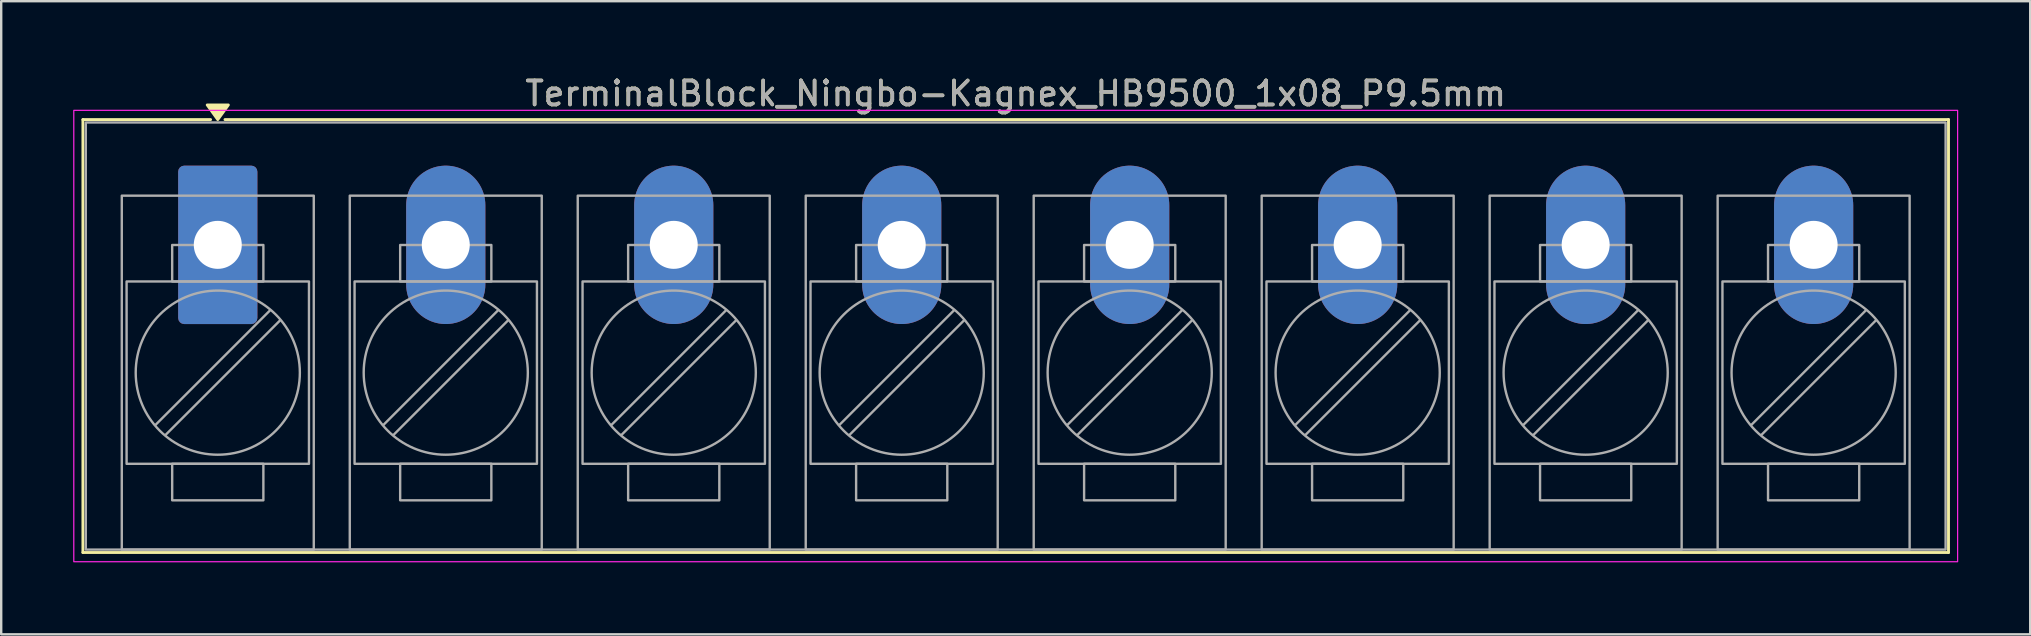
<source format=kicad_pcb>
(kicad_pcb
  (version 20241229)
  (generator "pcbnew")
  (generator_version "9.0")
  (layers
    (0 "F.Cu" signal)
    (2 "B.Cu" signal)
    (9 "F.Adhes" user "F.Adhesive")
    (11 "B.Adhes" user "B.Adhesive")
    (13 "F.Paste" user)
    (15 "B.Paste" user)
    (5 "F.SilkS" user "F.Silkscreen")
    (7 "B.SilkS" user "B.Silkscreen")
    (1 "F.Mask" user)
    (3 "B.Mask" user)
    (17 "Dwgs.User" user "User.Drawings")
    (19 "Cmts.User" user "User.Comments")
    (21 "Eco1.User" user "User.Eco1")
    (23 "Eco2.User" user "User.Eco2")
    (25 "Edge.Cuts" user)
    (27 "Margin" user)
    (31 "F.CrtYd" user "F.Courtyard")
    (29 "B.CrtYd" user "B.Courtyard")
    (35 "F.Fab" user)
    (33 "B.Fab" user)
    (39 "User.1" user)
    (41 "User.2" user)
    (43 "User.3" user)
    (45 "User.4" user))
  (footprint "TerminalBlock_Ningbo-Kagnex_HB9500_1x08_P9.5mm"
    (layer "F.Cu")
    (at 6.025 7.153)
    (property "Reference" "TerminalBlock_Ningbo-Kagnex_HB9500_1x08_P9.5mm" (at 33.25 -6.305 0) (layer "F.SilkS") (effects (font (size 1 1) (thickness 0.15))))
    (attr through_hole)
    (fp_line (start -5.62 -5.22) (end -0.3 -5.22) (stroke (width 0.12) (type solid)) (layer "F.SilkS"))
    (fp_line (start -5.62 12.82) (end -5.62 -5.22) (stroke (width 0.12) (type solid)) (layer "F.SilkS"))
    (fp_line (start 0.3 -5.22) (end 72.12 -5.22) (stroke (width 0.12) (type solid)) (layer "F.SilkS"))
    (fp_line (start 72.12 -5.22) (end 72.12 12.82) (stroke (width 0.12) (type solid)) (layer "F.SilkS"))
    (fp_line (start 72.12 12.82) (end -5.62 12.82) (stroke (width 0.12) (type solid)) (layer "F.SilkS"))
    (fp_poly (pts (xy 0 -5.22) (xy -0.44 -5.83) (xy 0.44 -5.83)) (stroke (width 0.12) (type solid)) (fill yes) (layer "F.SilkS"))
    (fp_rect (start -6 -5.605) (end 72.5 13.205) (stroke (width 0.05) (type solid)) (fill no) (layer "F.CrtYd"))
    (fp_line (start 2.176 2.731) (end -2.594 7.501) (stroke (width 0.1) (type solid)) (layer "F.Fab"))
    (fp_line (start 2.594 3.149) (end -2.176 7.919) (stroke (width 0.1) (type solid)) (layer "F.Fab"))
    (fp_line (start 11.676 2.731) (end 6.906 7.501) (stroke (width 0.1) (type solid)) (layer "F.Fab"))
    (fp_line (start 12.094 3.149) (end 7.324 7.919) (stroke (width 0.1) (type solid)) (layer "F.Fab"))
    (fp_line (start 21.176 2.731) (end 16.406 7.501) (stroke (width 0.1) (type solid)) (layer "F.Fab"))
    (fp_line (start 21.594 3.149) (end 16.824 7.919) (stroke (width 0.1) (type solid)) (layer "F.Fab"))
    (fp_line (start 30.676 2.731) (end 25.906 7.501) (stroke (width 0.1) (type solid)) (layer "F.Fab"))
    (fp_line (start 31.094 3.149) (end 26.324 7.919) (stroke (width 0.1) (type solid)) (layer "F.Fab"))
    (fp_line (start 40.176 2.731) (end 35.406 7.501) (stroke (width 0.1) (type solid)) (layer "F.Fab"))
    (fp_line (start 40.594 3.149) (end 35.824 7.919) (stroke (width 0.1) (type solid)) (layer "F.Fab"))
    (fp_line (start 49.676 2.731) (end 44.906 7.501) (stroke (width 0.1) (type solid)) (layer "F.Fab"))
    (fp_line (start 50.094 3.149) (end 45.324 7.919) (stroke (width 0.1) (type solid)) (layer "F.Fab"))
    (fp_line (start 59.176 2.731) (end 54.406 7.501) (stroke (width 0.1) (type solid)) (layer "F.Fab"))
    (fp_line (start 59.594 3.149) (end 54.824 7.919) (stroke (width 0.1) (type solid)) (layer "F.Fab"))
    (fp_line (start 68.676 2.731) (end 63.906 7.501) (stroke (width 0.1) (type solid)) (layer "F.Fab"))
    (fp_line (start 69.094 3.149) (end 64.324 7.919) (stroke (width 0.1) (type solid)) (layer "F.Fab"))
    (fp_rect (start -5.5 -5.1) (end 72 12.7) (stroke (width 0.1) (type solid)) (fill no) (layer "F.Fab"))
    (fp_rect (start -4 -2.05) (end 4 12.7) (stroke (width 0.1) (type solid)) (fill no) (layer "F.Fab"))
    (fp_rect (start -3.8 1.525) (end 3.8 9.125) (stroke (width 0.1) (type solid)) (fill no) (layer "F.Fab"))
    (fp_rect (start -1.9 0.005) (end 1.9 1.525) (stroke (width 0.1) (type solid)) (fill no) (layer "F.Fab"))
    (fp_rect (start -1.9 9.125) (end 1.9 10.645) (stroke (width 0.1) (type solid)) (fill no) (layer "F.Fab"))
    (fp_rect (start 5.5 -2.05) (end 13.5 12.7) (stroke (width 0.1) (type solid)) (fill no) (layer "F.Fab"))
    (fp_rect (start 5.7 1.525) (end 13.3 9.125) (stroke (width 0.1) (type solid)) (fill no) (layer "F.Fab"))
    (fp_rect (start 7.6 0.005) (end 11.4 1.525) (stroke (width 0.1) (type solid)) (fill no) (layer "F.Fab"))
    (fp_rect (start 7.6 9.125) (end 11.4 10.645) (stroke (width 0.1) (type solid)) (fill no) (layer "F.Fab"))
    (fp_rect (start 15 -2.05) (end 23 12.7) (stroke (width 0.1) (type solid)) (fill no) (layer "F.Fab"))
    (fp_rect (start 15.2 1.525) (end 22.8 9.125) (stroke (width 0.1) (type solid)) (fill no) (layer "F.Fab"))
    (fp_rect (start 17.1 0.005) (end 20.9 1.525) (stroke (width 0.1) (type solid)) (fill no) (layer "F.Fab"))
    (fp_rect (start 17.1 9.125) (end 20.9 10.645) (stroke (width 0.1) (type solid)) (fill no) (layer "F.Fab"))
    (fp_rect (start 24.5 -2.05) (end 32.5 12.7) (stroke (width 0.1) (type solid)) (fill no) (layer "F.Fab"))
    (fp_rect (start 24.7 1.525) (end 32.3 9.125) (stroke (width 0.1) (type solid)) (fill no) (layer "F.Fab"))
    (fp_rect (start 26.6 0.005) (end 30.4 1.525) (stroke (width 0.1) (type solid)) (fill no) (layer "F.Fab"))
    (fp_rect (start 26.6 9.125) (end 30.4 10.645) (stroke (width 0.1) (type solid)) (fill no) (layer "F.Fab"))
    (fp_rect (start 34 -2.05) (end 42 12.7) (stroke (width 0.1) (type solid)) (fill no) (layer "F.Fab"))
    (fp_rect (start 34.2 1.525) (end 41.8 9.125) (stroke (width 0.1) (type solid)) (fill no) (layer "F.Fab"))
    (fp_rect (start 36.1 0.005) (end 39.9 1.525) (stroke (width 0.1) (type solid)) (fill no) (layer "F.Fab"))
    (fp_rect (start 36.1 9.125) (end 39.9 10.645) (stroke (width 0.1) (type solid)) (fill no) (layer "F.Fab"))
    (fp_rect (start 43.5 -2.05) (end 51.5 12.7) (stroke (width 0.1) (type solid)) (fill no) (layer "F.Fab"))
    (fp_rect (start 43.7 1.525) (end 51.3 9.125) (stroke (width 0.1) (type solid)) (fill no) (layer "F.Fab"))
    (fp_rect (start 45.6 0.005) (end 49.4 1.525) (stroke (width 0.1) (type solid)) (fill no) (layer "F.Fab"))
    (fp_rect (start 45.6 9.125) (end 49.4 10.645) (stroke (width 0.1) (type solid)) (fill no) (layer "F.Fab"))
    (fp_rect (start 53 -2.05) (end 61 12.7) (stroke (width 0.1) (type solid)) (fill no) (layer "F.Fab"))
    (fp_rect (start 53.2 1.525) (end 60.8 9.125) (stroke (width 0.1) (type solid)) (fill no) (layer "F.Fab"))
    (fp_rect (start 55.1 0.005) (end 58.9 1.525) (stroke (width 0.1) (type solid)) (fill no) (layer "F.Fab"))
    (fp_rect (start 55.1 9.125) (end 58.9 10.645) (stroke (width 0.1) (type solid)) (fill no) (layer "F.Fab"))
    (fp_rect (start 62.5 -2.05) (end 70.5 12.7) (stroke (width 0.1) (type solid)) (fill no) (layer "F.Fab"))
    (fp_rect (start 62.7 1.525) (end 70.3 9.125) (stroke (width 0.1) (type solid)) (fill no) (layer "F.Fab"))
    (fp_rect (start 64.6 0.005) (end 68.4 1.525) (stroke (width 0.1) (type solid)) (fill no) (layer "F.Fab"))
    (fp_rect (start 64.6 9.125) (end 68.4 10.645) (stroke (width 0.1) (type solid)) (fill no) (layer "F.Fab"))
    (fp_circle (center 0 5.325) (end 3.42 5.325) (stroke (width 0.1) (type solid)) (fill no) (layer "F.Fab"))
    (fp_circle (center 9.5 5.325) (end 12.92 5.325) (stroke (width 0.1) (type solid)) (fill no) (layer "F.Fab"))
    (fp_circle (center 19 5.325) (end 22.42 5.325) (stroke (width 0.1) (type solid)) (fill no) (layer "F.Fab"))
    (fp_circle (center 28.5 5.325) (end 31.92 5.325) (stroke (width 0.1) (type solid)) (fill no) (layer "F.Fab"))
    (fp_circle (center 38 5.325) (end 41.42 5.325) (stroke (width 0.1) (type solid)) (fill no) (layer "F.Fab"))
    (fp_circle (center 47.5 5.325) (end 50.92 5.325) (stroke (width 0.1) (type solid)) (fill no) (layer "F.Fab"))
    (fp_circle (center 57 5.325) (end 60.42 5.325) (stroke (width 0.1) (type solid)) (fill no) (layer "F.Fab"))
    (fp_circle (center 66.5 5.325) (end 69.92 5.325) (stroke (width 0.1) (type solid)) (fill no) (layer "F.Fab"))
    (fp_text user "${REFERENCE}" (at 33.25 -6.305 0) (layer "F.Fab") (effects (font (size 1 1) (thickness 0.15))))
    (pad "1" thru_hole roundrect (at 0 0) (size 3.3 6.6) (drill 2) (layers "*.Cu" "*.Mask") (roundrect_rratio 0.076))
    (pad "2" thru_hole oval (at 9.5 0) (size 3.3 6.6) (drill 2) (layers "*.Cu" "*.Mask"))
    (pad "3" thru_hole oval (at 19 0) (size 3.3 6.6) (drill 2) (layers "*.Cu" "*.Mask"))
    (pad "4" thru_hole oval (at 28.5 0) (size 3.3 6.6) (drill 2) (layers "*.Cu" "*.Mask"))
    (pad "5" thru_hole oval (at 38 0) (size 3.3 6.6) (drill 2) (layers "*.Cu" "*.Mask"))
    (pad "6" thru_hole oval (at 47.5 0) (size 3.3 6.6) (drill 2) (layers "*.Cu" "*.Mask"))
    (pad "7" thru_hole oval (at 57 0) (size 3.3 6.6) (drill 2) (layers "*.Cu" "*.Mask"))
    (pad "8" thru_hole oval (at 66.5 0) (size 3.3 6.6) (drill 2) (layers "*.Cu" "*.Mask")))
  (gr_rect
    (start -3 -3)
    (end 81.55 23.383)
    (stroke (width 0.1) (type default))
    (fill no)
    (layer "Edge.Cuts")))
</source>
